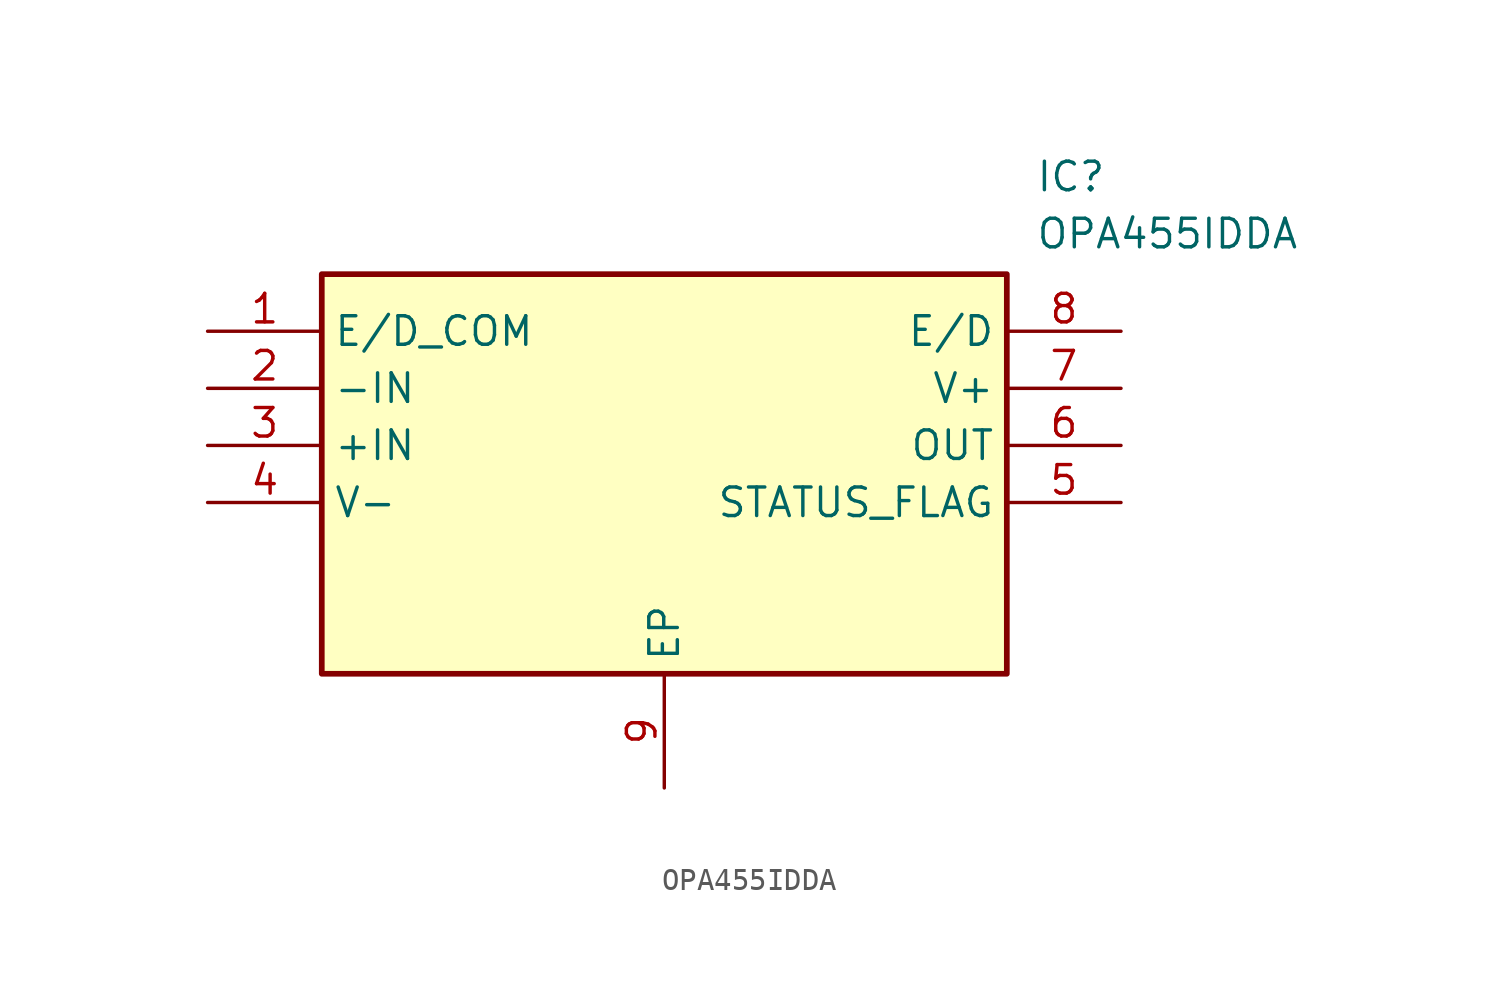
<source format=kicad_sym>
(kicad_symbol_lib
  (version 20211014)
  (generator SamacSys_ECAD_Model)
  (symbol "OPA455IDDA"
    (property "Reference" "IC"
      (at 36.83 7.62 0)
      (effects (font (size 1.27 1.27)) (justify left top)))
    (property "Value" "OPA455IDDA"
      (at 36.83 5.08 0)
      (effects (font (size 1.27 1.27)) (justify left top)))
    (rectangle
      (start 5.08 2.54)
      (end 35.56 -15.24)
      (stroke (width 0.254) (type default))
      (fill (type background)))
    (pin passive line
      (at 0 0 0)
      (length 5.08)
      (name "E/D_COM" (effects (font (size 1.27 1.27))))
      (number "1" (effects (font (size 1.27 1.27)))))
    (pin passive line
      (at 0 -2.54 0)
      (length 5.08)
      (name "-IN" (effects (font (size 1.27 1.27))))
      (number "2" (effects (font (size 1.27 1.27)))))
    (pin passive line
      (at 0 -5.08 0)
      (length 5.08)
      (name "+IN" (effects (font (size 1.27 1.27))))
      (number "3" (effects (font (size 1.27 1.27)))))
    (pin passive line
      (at 0 -7.62 0)
      (length 5.08)
      (name "V-" (effects (font (size 1.27 1.27))))
      (number "4" (effects (font (size 1.27 1.27)))))
    (pin passive line
      (at 20.32 -20.32 90)
      (length 5.08)
      (name "EP" (effects (font (size 1.27 1.27))))
      (number "9" (effects (font (size 1.27 1.27)))))
    (pin passive line
      (at 40.64 0 180)
      (length 5.08)
      (name "E/D" (effects (font (size 1.27 1.27))))
      (number "8" (effects (font (size 1.27 1.27)))))
    (pin passive line
      (at 40.64 -2.54 180)
      (length 5.08)
      (name "V+" (effects (font (size 1.27 1.27))))
      (number "7" (effects (font (size 1.27 1.27)))))
    (pin passive line
      (at 40.64 -5.08 180)
      (length 5.08)
      (name "OUT" (effects (font (size 1.27 1.27))))
      (number "6" (effects (font (size 1.27 1.27)))))
    (pin passive line
      (at 40.64 -7.62 180)
      (length 5.08)
      (name "STATUS_FLAG" (effects (font (size 1.27 1.27))))
      (number "5" (effects (font (size 1.27 1.27)))))))
</source>
